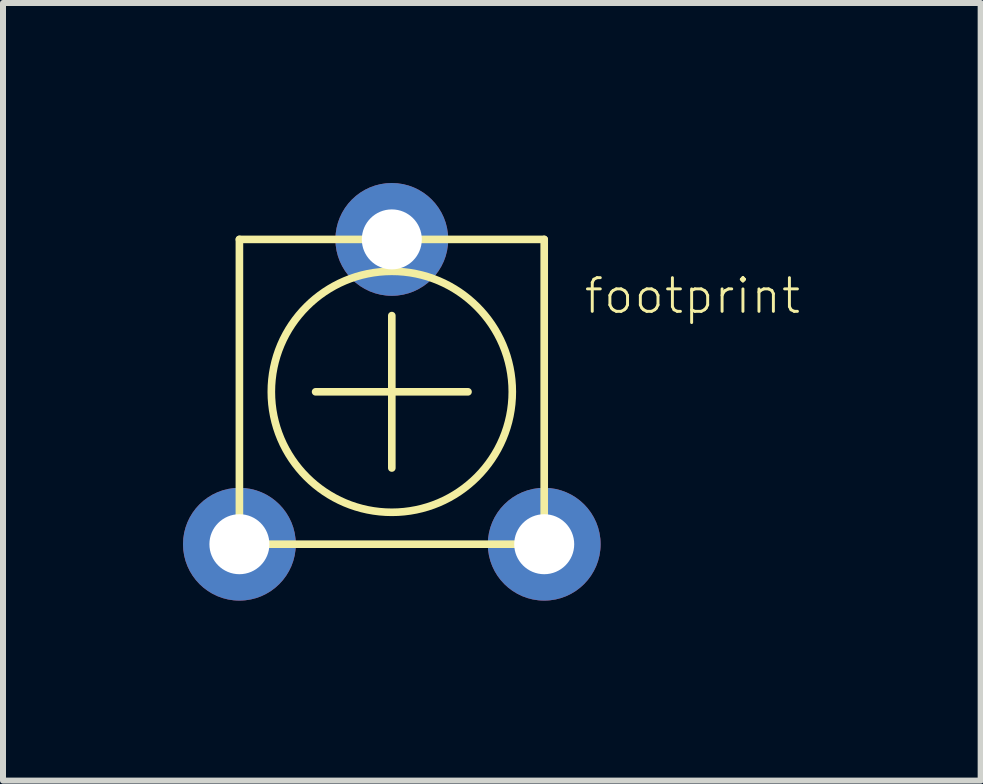
<source format=kicad_pcb>
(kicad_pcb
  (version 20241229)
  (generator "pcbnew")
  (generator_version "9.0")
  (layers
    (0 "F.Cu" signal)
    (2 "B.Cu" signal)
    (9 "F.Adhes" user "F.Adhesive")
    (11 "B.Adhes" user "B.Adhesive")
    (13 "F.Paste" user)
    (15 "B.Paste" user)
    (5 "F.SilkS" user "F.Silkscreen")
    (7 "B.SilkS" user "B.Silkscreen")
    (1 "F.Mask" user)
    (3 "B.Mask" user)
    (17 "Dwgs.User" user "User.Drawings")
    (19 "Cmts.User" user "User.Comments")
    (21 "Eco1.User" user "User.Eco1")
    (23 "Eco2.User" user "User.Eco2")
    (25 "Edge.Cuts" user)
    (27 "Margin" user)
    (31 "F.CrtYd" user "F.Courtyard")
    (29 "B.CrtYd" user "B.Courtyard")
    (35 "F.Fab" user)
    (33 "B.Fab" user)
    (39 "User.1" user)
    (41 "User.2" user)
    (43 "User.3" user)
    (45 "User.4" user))
  (footprint "footprint"
    (layer "F.Cu")
    (at 3.48 3.48)
    (property "Reference" "footprint" (at 3.175 -1.27 0) (layer "F.SilkS") (effects (font (size 0.561 0.561) (thickness 0.049)) (justify left bottom)))
    (fp_line (start -2.54 -2.54) (end -2.54 2.54) (stroke (width 0.127) (type solid)) (layer "F.SilkS"))
    (fp_line (start -2.54 2.54) (end 2.54 2.54) (stroke (width 0.127) (type solid)) (layer "F.SilkS"))
    (fp_line (start -1.27 0) (end 0 0) (stroke (width 0.127) (type solid)) (layer "F.SilkS"))
    (fp_line (start 0 -1.27) (end 0 0) (stroke (width 0.127) (type solid)) (layer "F.SilkS"))
    (fp_line (start 0 0) (end 1.27 0) (stroke (width 0.127) (type solid)) (layer "F.SilkS"))
    (fp_line (start 0 1.27) (end 0 0) (stroke (width 0.127) (type solid)) (layer "F.SilkS"))
    (fp_line (start 2.54 -2.54) (end -2.54 -2.54) (stroke (width 0.127) (type solid)) (layer "F.SilkS"))
    (fp_line (start 2.54 2.54) (end 2.54 -2.54) (stroke (width 0.127) (type solid)) (layer "F.SilkS"))
    (fp_circle (center 0 0) (end 2.008 0) (stroke (width 0.127) (type solid)) (fill no) (layer "F.SilkS"))
    (pad "1" thru_hole circle (at -2.54 2.54 180) (size 1.88 1.88) (drill 1) (layers "*.Cu" "*.Mask"))
    (pad "2" thru_hole circle (at 0 -2.54 180) (size 1.88 1.88) (drill 1) (layers "*.Cu" "*.Mask"))
    (pad "3" thru_hole circle (at 2.54 2.54 180) (size 1.88 1.88) (drill 1) (layers "*.Cu" "*.Mask")))
  (gr_rect
    (start -3 -3)
    (end 13.294 9.96)
    (stroke (width 0.1) (type default))
    (fill no)
    (layer "Edge.Cuts")))
</source>
